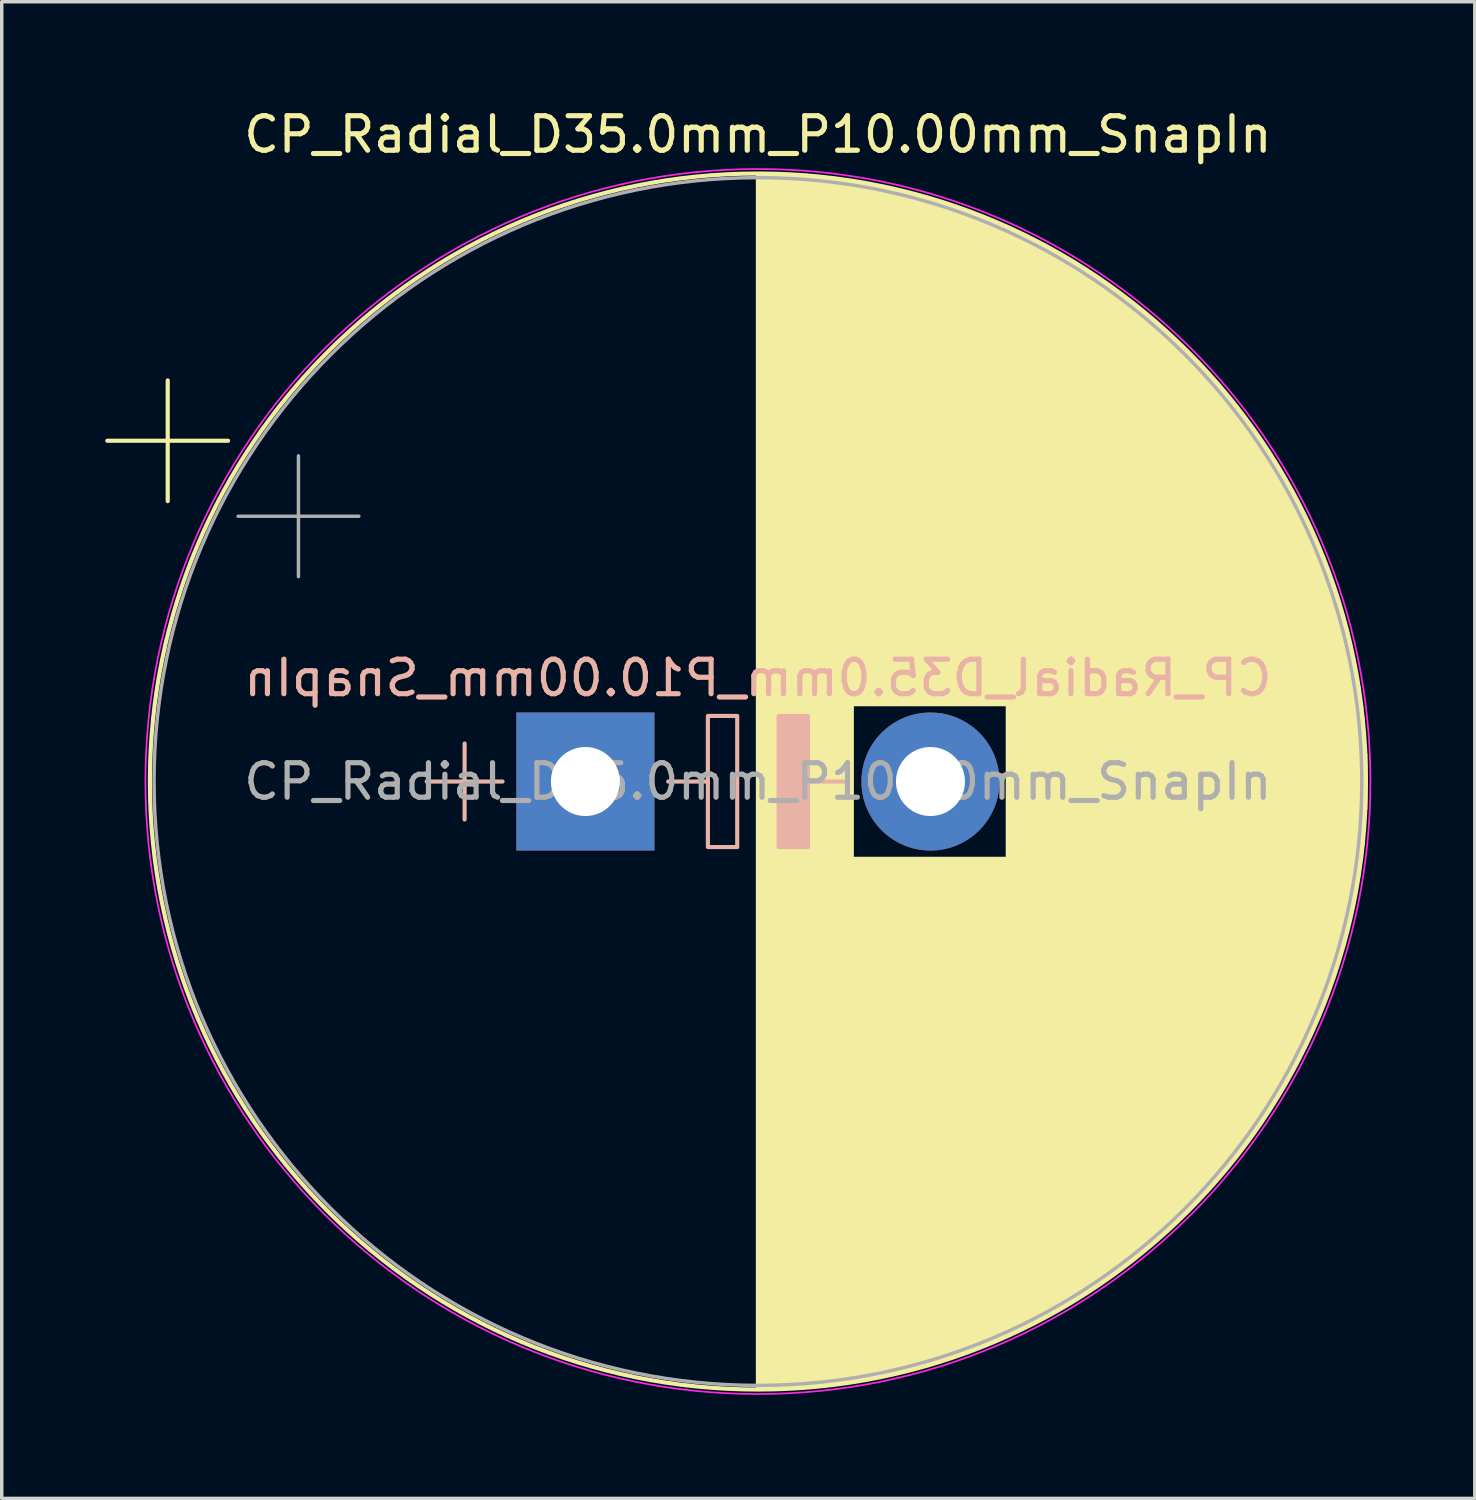
<source format=kicad_pcb>
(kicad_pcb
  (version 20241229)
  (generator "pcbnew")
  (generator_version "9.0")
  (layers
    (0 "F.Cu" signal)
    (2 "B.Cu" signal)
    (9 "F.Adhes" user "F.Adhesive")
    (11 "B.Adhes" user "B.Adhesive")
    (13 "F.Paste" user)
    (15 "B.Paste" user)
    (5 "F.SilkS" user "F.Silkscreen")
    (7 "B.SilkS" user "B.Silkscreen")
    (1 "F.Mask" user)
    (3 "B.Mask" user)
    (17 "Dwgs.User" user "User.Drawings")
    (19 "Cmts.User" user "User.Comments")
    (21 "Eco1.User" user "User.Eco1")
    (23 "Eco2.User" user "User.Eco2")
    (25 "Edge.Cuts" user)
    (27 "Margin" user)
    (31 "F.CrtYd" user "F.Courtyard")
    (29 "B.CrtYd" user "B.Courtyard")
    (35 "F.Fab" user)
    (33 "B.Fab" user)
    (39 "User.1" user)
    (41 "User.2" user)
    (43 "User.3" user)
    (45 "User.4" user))
  (footprint "CP_Radial_D35.0mm_P10.00mm_SnapIn"
    (layer "F.Cu")
    (at 13.914 19.598)
    (property "Reference" "CP_Radial_D35.0mm_P10.00mm_SnapIn" (at 5 -18.75 0) (layer "F.SilkS") (effects (font (size 1 1) (thickness 0.15))))
    (fp_line (start -13.854 -9.875) (end -10.354 -9.875) (stroke (width 0.12) (type solid)) (layer "F.SilkS"))
    (fp_line (start -12.104 -11.625) (end -12.104 -8.125) (stroke (width 0.12) (type solid)) (layer "F.SilkS"))
    (fp_line (start 5 -17.58) (end 5 17.58) (stroke (width 0.12) (type solid)) (layer "F.SilkS"))
    (fp_line (start 5.04 -17.58) (end 5.04 17.58) (stroke (width 0.12) (type solid)) (layer "F.SilkS"))
    (fp_line (start 5.08 -17.58) (end 5.08 17.58) (stroke (width 0.12) (type solid)) (layer "F.SilkS"))
    (fp_line (start 5.12 -17.58) (end 5.12 17.58) (stroke (width 0.12) (type solid)) (layer "F.SilkS"))
    (fp_line (start 5.16 -17.58) (end 5.16 17.58) (stroke (width 0.12) (type solid)) (layer "F.SilkS"))
    (fp_line (start 5.2 -17.579) (end 5.2 17.579) (stroke (width 0.12) (type solid)) (layer "F.SilkS"))
    (fp_line (start 5.24 -17.579) (end 5.24 17.579) (stroke (width 0.12) (type solid)) (layer "F.SilkS"))
    (fp_line (start 5.28 -17.578) (end 5.28 17.578) (stroke (width 0.12) (type solid)) (layer "F.SilkS"))
    (fp_line (start 5.32 -17.578) (end 5.32 17.578) (stroke (width 0.12) (type solid)) (layer "F.SilkS"))
    (fp_line (start 5.36 -17.577) (end 5.36 17.577) (stroke (width 0.12) (type solid)) (layer "F.SilkS"))
    (fp_line (start 5.4 -17.576) (end 5.4 17.576) (stroke (width 0.12) (type solid)) (layer "F.SilkS"))
    (fp_line (start 5.44 -17.575) (end 5.44 17.575) (stroke (width 0.12) (type solid)) (layer "F.SilkS"))
    (fp_line (start 5.48 -17.574) (end 5.48 17.574) (stroke (width 0.12) (type solid)) (layer "F.SilkS"))
    (fp_line (start 5.52 -17.573) (end 5.52 17.573) (stroke (width 0.12) (type solid)) (layer "F.SilkS"))
    (fp_line (start 5.56 -17.572) (end 5.56 17.572) (stroke (width 0.12) (type solid)) (layer "F.SilkS"))
    (fp_line (start 5.6 -17.57) (end 5.6 17.57) (stroke (width 0.12) (type solid)) (layer "F.SilkS"))
    (fp_line (start 5.64 -17.569) (end 5.64 17.569) (stroke (width 0.12) (type solid)) (layer "F.SilkS"))
    (fp_line (start 5.68 -17.567) (end 5.68 17.567) (stroke (width 0.12) (type solid)) (layer "F.SilkS"))
    (fp_line (start 5.721 -17.566) (end 5.721 17.566) (stroke (width 0.12) (type solid)) (layer "F.SilkS"))
    (fp_line (start 5.761 -17.564) (end 5.761 17.564) (stroke (width 0.12) (type solid)) (layer "F.SilkS"))
    (fp_line (start 5.801 -17.562) (end 5.801 17.562) (stroke (width 0.12) (type solid)) (layer "F.SilkS"))
    (fp_line (start 5.841 -17.56) (end 5.841 17.56) (stroke (width 0.12) (type solid)) (layer "F.SilkS"))
    (fp_line (start 5.881 -17.559) (end 5.881 17.559) (stroke (width 0.12) (type solid)) (layer "F.SilkS"))
    (fp_line (start 5.921 -17.556) (end 5.921 17.556) (stroke (width 0.12) (type solid)) (layer "F.SilkS"))
    (fp_line (start 5.961 -17.554) (end 5.961 17.554) (stroke (width 0.12) (type solid)) (layer "F.SilkS"))
    (fp_line (start 6.001 -17.552) (end 6.001 17.552) (stroke (width 0.12) (type solid)) (layer "F.SilkS"))
    (fp_line (start 6.041 -17.55) (end 6.041 17.55) (stroke (width 0.12) (type solid)) (layer "F.SilkS"))
    (fp_line (start 6.081 -17.547) (end 6.081 17.547) (stroke (width 0.12) (type solid)) (layer "F.SilkS"))
    (fp_line (start 6.121 -17.545) (end 6.121 17.545) (stroke (width 0.12) (type solid)) (layer "F.SilkS"))
    (fp_line (start 6.161 -17.542) (end 6.161 17.542) (stroke (width 0.12) (type solid)) (layer "F.SilkS"))
    (fp_line (start 6.201 -17.54) (end 6.201 17.54) (stroke (width 0.12) (type solid)) (layer "F.SilkS"))
    (fp_line (start 6.241 -17.537) (end 6.241 17.537) (stroke (width 0.12) (type solid)) (layer "F.SilkS"))
    (fp_line (start 6.281 -17.534) (end 6.281 17.534) (stroke (width 0.12) (type solid)) (layer "F.SilkS"))
    (fp_line (start 6.321 -17.531) (end 6.321 17.531) (stroke (width 0.12) (type solid)) (layer "F.SilkS"))
    (fp_line (start 6.361 -17.528) (end 6.361 17.528) (stroke (width 0.12) (type solid)) (layer "F.SilkS"))
    (fp_line (start 6.401 -17.525) (end 6.401 17.525) (stroke (width 0.12) (type solid)) (layer "F.SilkS"))
    (fp_line (start 6.441 -17.522) (end 6.441 17.522) (stroke (width 0.12) (type solid)) (layer "F.SilkS"))
    (fp_line (start 6.481 -17.518) (end 6.481 17.518) (stroke (width 0.12) (type solid)) (layer "F.SilkS"))
    (fp_line (start 6.521 -17.515) (end 6.521 17.515) (stroke (width 0.12) (type solid)) (layer "F.SilkS"))
    (fp_line (start 6.561 -17.511) (end 6.561 17.511) (stroke (width 0.12) (type solid)) (layer "F.SilkS"))
    (fp_line (start 6.601 -17.508) (end 6.601 17.508) (stroke (width 0.12) (type solid)) (layer "F.SilkS"))
    (fp_line (start 6.641 -17.504) (end 6.641 17.504) (stroke (width 0.12) (type solid)) (layer "F.SilkS"))
    (fp_line (start 6.681 -17.5) (end 6.681 17.5) (stroke (width 0.12) (type solid)) (layer "F.SilkS"))
    (fp_line (start 6.721 -17.496) (end 6.721 17.496) (stroke (width 0.12) (type solid)) (layer "F.SilkS"))
    (fp_line (start 6.761 -17.492) (end 6.761 17.492) (stroke (width 0.12) (type solid)) (layer "F.SilkS"))
    (fp_line (start 6.801 -17.488) (end 6.801 17.488) (stroke (width 0.12) (type solid)) (layer "F.SilkS"))
    (fp_line (start 6.841 -17.484) (end 6.841 17.484) (stroke (width 0.12) (type solid)) (layer "F.SilkS"))
    (fp_line (start 6.881 -17.48) (end 6.881 17.48) (stroke (width 0.12) (type solid)) (layer "F.SilkS"))
    (fp_line (start 6.921 -17.476) (end 6.921 17.476) (stroke (width 0.12) (type solid)) (layer "F.SilkS"))
    (fp_line (start 6.961 -17.471) (end 6.961 17.471) (stroke (width 0.12) (type solid)) (layer "F.SilkS"))
    (fp_line (start 7.001 -17.467) (end 7.001 17.467) (stroke (width 0.12) (type solid)) (layer "F.SilkS"))
    (fp_line (start 7.041 -17.462) (end 7.041 17.462) (stroke (width 0.12) (type solid)) (layer "F.SilkS"))
    (fp_line (start 7.081 -17.457) (end 7.081 17.457) (stroke (width 0.12) (type solid)) (layer "F.SilkS"))
    (fp_line (start 7.121 -17.452) (end 7.121 17.452) (stroke (width 0.12) (type solid)) (layer "F.SilkS"))
    (fp_line (start 7.161 -17.448) (end 7.161 17.448) (stroke (width 0.12) (type solid)) (layer "F.SilkS"))
    (fp_line (start 7.201 -17.443) (end 7.201 17.443) (stroke (width 0.12) (type solid)) (layer "F.SilkS"))
    (fp_line (start 7.241 -17.438) (end 7.241 17.438) (stroke (width 0.12) (type solid)) (layer "F.SilkS"))
    (fp_line (start 7.281 -17.432) (end 7.281 17.432) (stroke (width 0.12) (type solid)) (layer "F.SilkS"))
    (fp_line (start 7.321 -17.427) (end 7.321 17.427) (stroke (width 0.12) (type solid)) (layer "F.SilkS"))
    (fp_line (start 7.361 -17.422) (end 7.361 17.422) (stroke (width 0.12) (type solid)) (layer "F.SilkS"))
    (fp_line (start 7.401 -17.416) (end 7.401 17.416) (stroke (width 0.12) (type solid)) (layer "F.SilkS"))
    (fp_line (start 7.441 -17.411) (end 7.441 17.411) (stroke (width 0.12) (type solid)) (layer "F.SilkS"))
    (fp_line (start 7.481 -17.405) (end 7.481 17.405) (stroke (width 0.12) (type solid)) (layer "F.SilkS"))
    (fp_line (start 7.521 -17.399) (end 7.521 17.399) (stroke (width 0.12) (type solid)) (layer "F.SilkS"))
    (fp_line (start 7.561 -17.394) (end 7.561 17.394) (stroke (width 0.12) (type solid)) (layer "F.SilkS"))
    (fp_line (start 7.601 -17.388) (end 7.601 17.388) (stroke (width 0.12) (type solid)) (layer "F.SilkS"))
    (fp_line (start 7.641 -17.382) (end 7.641 17.382) (stroke (width 0.12) (type solid)) (layer "F.SilkS"))
    (fp_line (start 7.681 -17.375) (end 7.681 17.375) (stroke (width 0.12) (type solid)) (layer "F.SilkS"))
    (fp_line (start 7.721 -17.369) (end 7.721 17.369) (stroke (width 0.12) (type solid)) (layer "F.SilkS"))
    (fp_line (start 7.761 -17.363) (end 7.761 -2.24) (stroke (width 0.12) (type solid)) (layer "F.SilkS"))
    (fp_line (start 7.761 2.24) (end 7.761 17.363) (stroke (width 0.12) (type solid)) (layer "F.SilkS"))
    (fp_line (start 7.801 -17.357) (end 7.801 -2.24) (stroke (width 0.12) (type solid)) (layer "F.SilkS"))
    (fp_line (start 7.801 2.24) (end 7.801 17.357) (stroke (width 0.12) (type solid)) (layer "F.SilkS"))
    (fp_line (start 7.841 -17.35) (end 7.841 -2.24) (stroke (width 0.12) (type solid)) (layer "F.SilkS"))
    (fp_line (start 7.841 2.24) (end 7.841 17.35) (stroke (width 0.12) (type solid)) (layer "F.SilkS"))
    (fp_line (start 7.881 -17.344) (end 7.881 -2.24) (stroke (width 0.12) (type solid)) (layer "F.SilkS"))
    (fp_line (start 7.881 2.24) (end 7.881 17.344) (stroke (width 0.12) (type solid)) (layer "F.SilkS"))
    (fp_line (start 7.921 -17.337) (end 7.921 -2.24) (stroke (width 0.12) (type solid)) (layer "F.SilkS"))
    (fp_line (start 7.921 2.24) (end 7.921 17.337) (stroke (width 0.12) (type solid)) (layer "F.SilkS"))
    (fp_line (start 7.961 -17.33) (end 7.961 -2.24) (stroke (width 0.12) (type solid)) (layer "F.SilkS"))
    (fp_line (start 7.961 2.24) (end 7.961 17.33) (stroke (width 0.12) (type solid)) (layer "F.SilkS"))
    (fp_line (start 8.001 -17.323) (end 8.001 -2.24) (stroke (width 0.12) (type solid)) (layer "F.SilkS"))
    (fp_line (start 8.001 2.24) (end 8.001 17.323) (stroke (width 0.12) (type solid)) (layer "F.SilkS"))
    (fp_line (start 8.041 -17.316) (end 8.041 -2.24) (stroke (width 0.12) (type solid)) (layer "F.SilkS"))
    (fp_line (start 8.041 2.24) (end 8.041 17.316) (stroke (width 0.12) (type solid)) (layer "F.SilkS"))
    (fp_line (start 8.081 -17.309) (end 8.081 -2.24) (stroke (width 0.12) (type solid)) (layer "F.SilkS"))
    (fp_line (start 8.081 2.24) (end 8.081 17.309) (stroke (width 0.12) (type solid)) (layer "F.SilkS"))
    (fp_line (start 8.121 -17.302) (end 8.121 -2.24) (stroke (width 0.12) (type solid)) (layer "F.SilkS"))
    (fp_line (start 8.121 2.24) (end 8.121 17.302) (stroke (width 0.12) (type solid)) (layer "F.SilkS"))
    (fp_line (start 8.161 -17.295) (end 8.161 -2.24) (stroke (width 0.12) (type solid)) (layer "F.SilkS"))
    (fp_line (start 8.161 2.24) (end 8.161 17.295) (stroke (width 0.12) (type solid)) (layer "F.SilkS"))
    (fp_line (start 8.201 -17.287) (end 8.201 -2.24) (stroke (width 0.12) (type solid)) (layer "F.SilkS"))
    (fp_line (start 8.201 2.24) (end 8.201 17.287) (stroke (width 0.12) (type solid)) (layer "F.SilkS"))
    (fp_line (start 8.241 -17.28) (end 8.241 -2.24) (stroke (width 0.12) (type solid)) (layer "F.SilkS"))
    (fp_line (start 8.241 2.24) (end 8.241 17.28) (stroke (width 0.12) (type solid)) (layer "F.SilkS"))
    (fp_line (start 8.281 -17.273) (end 8.281 -2.24) (stroke (width 0.12) (type solid)) (layer "F.SilkS"))
    (fp_line (start 8.281 2.24) (end 8.281 17.273) (stroke (width 0.12) (type solid)) (layer "F.SilkS"))
    (fp_line (start 8.321 -17.265) (end 8.321 -2.24) (stroke (width 0.12) (type solid)) (layer "F.SilkS"))
    (fp_line (start 8.321 2.24) (end 8.321 17.265) (stroke (width 0.12) (type solid)) (layer "F.SilkS"))
    (fp_line (start 8.361 -17.257) (end 8.361 -2.24) (stroke (width 0.12) (type solid)) (layer "F.SilkS"))
    (fp_line (start 8.361 2.24) (end 8.361 17.257) (stroke (width 0.12) (type solid)) (layer "F.SilkS"))
    (fp_line (start 8.401 -17.249) (end 8.401 -2.24) (stroke (width 0.12) (type solid)) (layer "F.SilkS"))
    (fp_line (start 8.401 2.24) (end 8.401 17.249) (stroke (width 0.12) (type solid)) (layer "F.SilkS"))
    (fp_line (start 8.441 -17.241) (end 8.441 -2.24) (stroke (width 0.12) (type solid)) (layer "F.SilkS"))
    (fp_line (start 8.441 2.24) (end 8.441 17.241) (stroke (width 0.12) (type solid)) (layer "F.SilkS"))
    (fp_line (start 8.481 -17.233) (end 8.481 -2.24) (stroke (width 0.12) (type solid)) (layer "F.SilkS"))
    (fp_line (start 8.481 2.24) (end 8.481 17.233) (stroke (width 0.12) (type solid)) (layer "F.SilkS"))
    (fp_line (start 8.521 -17.225) (end 8.521 -2.24) (stroke (width 0.12) (type solid)) (layer "F.SilkS"))
    (fp_line (start 8.521 2.24) (end 8.521 17.225) (stroke (width 0.12) (type solid)) (layer "F.SilkS"))
    (fp_line (start 8.561 -17.217) (end 8.561 -2.24) (stroke (width 0.12) (type solid)) (layer "F.SilkS"))
    (fp_line (start 8.561 2.24) (end 8.561 17.217) (stroke (width 0.12) (type solid)) (layer "F.SilkS"))
    (fp_line (start 8.601 -17.209) (end 8.601 -2.24) (stroke (width 0.12) (type solid)) (layer "F.SilkS"))
    (fp_line (start 8.601 2.24) (end 8.601 17.209) (stroke (width 0.12) (type solid)) (layer "F.SilkS"))
    (fp_line (start 8.641 -17.2) (end 8.641 -2.24) (stroke (width 0.12) (type solid)) (layer "F.SilkS"))
    (fp_line (start 8.641 2.24) (end 8.641 17.2) (stroke (width 0.12) (type solid)) (layer "F.SilkS"))
    (fp_line (start 8.681 -17.192) (end 8.681 -2.24) (stroke (width 0.12) (type solid)) (layer "F.SilkS"))
    (fp_line (start 8.681 2.24) (end 8.681 17.192) (stroke (width 0.12) (type solid)) (layer "F.SilkS"))
    (fp_line (start 8.721 -17.183) (end 8.721 -2.24) (stroke (width 0.12) (type solid)) (layer "F.SilkS"))
    (fp_line (start 8.721 2.24) (end 8.721 17.183) (stroke (width 0.12) (type solid)) (layer "F.SilkS"))
    (fp_line (start 8.761 -17.175) (end 8.761 -2.24) (stroke (width 0.12) (type solid)) (layer "F.SilkS"))
    (fp_line (start 8.761 2.24) (end 8.761 17.175) (stroke (width 0.12) (type solid)) (layer "F.SilkS"))
    (fp_line (start 8.801 -17.166) (end 8.801 -2.24) (stroke (width 0.12) (type solid)) (layer "F.SilkS"))
    (fp_line (start 8.801 2.24) (end 8.801 17.166) (stroke (width 0.12) (type solid)) (layer "F.SilkS"))
    (fp_line (start 8.841 -17.157) (end 8.841 -2.24) (stroke (width 0.12) (type solid)) (layer "F.SilkS"))
    (fp_line (start 8.841 2.24) (end 8.841 17.157) (stroke (width 0.12) (type solid)) (layer "F.SilkS"))
    (fp_line (start 8.881 -17.148) (end 8.881 -2.24) (stroke (width 0.12) (type solid)) (layer "F.SilkS"))
    (fp_line (start 8.881 2.24) (end 8.881 17.148) (stroke (width 0.12) (type solid)) (layer "F.SilkS"))
    (fp_line (start 8.921 -17.139) (end 8.921 -2.24) (stroke (width 0.12) (type solid)) (layer "F.SilkS"))
    (fp_line (start 8.921 2.24) (end 8.921 17.139) (stroke (width 0.12) (type solid)) (layer "F.SilkS"))
    (fp_line (start 8.961 -17.13) (end 8.961 -2.24) (stroke (width 0.12) (type solid)) (layer "F.SilkS"))
    (fp_line (start 8.961 2.24) (end 8.961 17.13) (stroke (width 0.12) (type solid)) (layer "F.SilkS"))
    (fp_line (start 9.001 -17.12) (end 9.001 -2.24) (stroke (width 0.12) (type solid)) (layer "F.SilkS"))
    (fp_line (start 9.001 2.24) (end 9.001 17.12) (stroke (width 0.12) (type solid)) (layer "F.SilkS"))
    (fp_line (start 9.041 -17.111) (end 9.041 -2.24) (stroke (width 0.12) (type solid)) (layer "F.SilkS"))
    (fp_line (start 9.041 2.24) (end 9.041 17.111) (stroke (width 0.12) (type solid)) (layer "F.SilkS"))
    (fp_line (start 9.081 -17.102) (end 9.081 -2.24) (stroke (width 0.12) (type solid)) (layer "F.SilkS"))
    (fp_line (start 9.081 2.24) (end 9.081 17.102) (stroke (width 0.12) (type solid)) (layer "F.SilkS"))
    (fp_line (start 9.121 -17.092) (end 9.121 -2.24) (stroke (width 0.12) (type solid)) (layer "F.SilkS"))
    (fp_line (start 9.121 2.24) (end 9.121 17.092) (stroke (width 0.12) (type solid)) (layer "F.SilkS"))
    (fp_line (start 9.161 -17.082) (end 9.161 -2.24) (stroke (width 0.12) (type solid)) (layer "F.SilkS"))
    (fp_line (start 9.161 2.24) (end 9.161 17.082) (stroke (width 0.12) (type solid)) (layer "F.SilkS"))
    (fp_line (start 9.201 -17.073) (end 9.201 -2.24) (stroke (width 0.12) (type solid)) (layer "F.SilkS"))
    (fp_line (start 9.201 2.24) (end 9.201 17.073) (stroke (width 0.12) (type solid)) (layer "F.SilkS"))
    (fp_line (start 9.241 -17.063) (end 9.241 -2.24) (stroke (width 0.12) (type solid)) (layer "F.SilkS"))
    (fp_line (start 9.241 2.24) (end 9.241 17.063) (stroke (width 0.12) (type solid)) (layer "F.SilkS"))
    (fp_line (start 9.281 -17.053) (end 9.281 -2.24) (stroke (width 0.12) (type solid)) (layer "F.SilkS"))
    (fp_line (start 9.281 2.24) (end 9.281 17.053) (stroke (width 0.12) (type solid)) (layer "F.SilkS"))
    (fp_line (start 9.321 -17.043) (end 9.321 -2.24) (stroke (width 0.12) (type solid)) (layer "F.SilkS"))
    (fp_line (start 9.321 2.24) (end 9.321 17.043) (stroke (width 0.12) (type solid)) (layer "F.SilkS"))
    (fp_line (start 9.361 -17.033) (end 9.361 -2.24) (stroke (width 0.12) (type solid)) (layer "F.SilkS"))
    (fp_line (start 9.361 2.24) (end 9.361 17.033) (stroke (width 0.12) (type solid)) (layer "F.SilkS"))
    (fp_line (start 9.401 -17.022) (end 9.401 -2.24) (stroke (width 0.12) (type solid)) (layer "F.SilkS"))
    (fp_line (start 9.401 2.24) (end 9.401 17.022) (stroke (width 0.12) (type solid)) (layer "F.SilkS"))
    (fp_line (start 9.441 -17.012) (end 9.441 -2.24) (stroke (width 0.12) (type solid)) (layer "F.SilkS"))
    (fp_line (start 9.441 2.24) (end 9.441 17.012) (stroke (width 0.12) (type solid)) (layer "F.SilkS"))
    (fp_line (start 9.481 -17.001) (end 9.481 -2.24) (stroke (width 0.12) (type solid)) (layer "F.SilkS"))
    (fp_line (start 9.481 2.24) (end 9.481 17.001) (stroke (width 0.12) (type solid)) (layer "F.SilkS"))
    (fp_line (start 9.521 -16.991) (end 9.521 -2.24) (stroke (width 0.12) (type solid)) (layer "F.SilkS"))
    (fp_line (start 9.521 2.24) (end 9.521 16.991) (stroke (width 0.12) (type solid)) (layer "F.SilkS"))
    (fp_line (start 9.561 -16.98) (end 9.561 -2.24) (stroke (width 0.12) (type solid)) (layer "F.SilkS"))
    (fp_line (start 9.561 2.24) (end 9.561 16.98) (stroke (width 0.12) (type solid)) (layer "F.SilkS"))
    (fp_line (start 9.601 -16.969) (end 9.601 -2.24) (stroke (width 0.12) (type solid)) (layer "F.SilkS"))
    (fp_line (start 9.601 2.24) (end 9.601 16.969) (stroke (width 0.12) (type solid)) (layer "F.SilkS"))
    (fp_line (start 9.641 -16.959) (end 9.641 -2.24) (stroke (width 0.12) (type solid)) (layer "F.SilkS"))
    (fp_line (start 9.641 2.24) (end 9.641 16.959) (stroke (width 0.12) (type solid)) (layer "F.SilkS"))
    (fp_line (start 9.681 -16.948) (end 9.681 -2.24) (stroke (width 0.12) (type solid)) (layer "F.SilkS"))
    (fp_line (start 9.681 2.24) (end 9.681 16.948) (stroke (width 0.12) (type solid)) (layer "F.SilkS"))
    (fp_line (start 9.721 -16.937) (end 9.721 -2.24) (stroke (width 0.12) (type solid)) (layer "F.SilkS"))
    (fp_line (start 9.721 2.24) (end 9.721 16.937) (stroke (width 0.12) (type solid)) (layer "F.SilkS"))
    (fp_line (start 9.761 -16.925) (end 9.761 -2.24) (stroke (width 0.12) (type solid)) (layer "F.SilkS"))
    (fp_line (start 9.761 2.24) (end 9.761 16.925) (stroke (width 0.12) (type solid)) (layer "F.SilkS"))
    (fp_line (start 9.801 -16.914) (end 9.801 -2.24) (stroke (width 0.12) (type solid)) (layer "F.SilkS"))
    (fp_line (start 9.801 2.24) (end 9.801 16.914) (stroke (width 0.12) (type solid)) (layer "F.SilkS"))
    (fp_line (start 9.841 -16.903) (end 9.841 -2.24) (stroke (width 0.12) (type solid)) (layer "F.SilkS"))
    (fp_line (start 9.841 2.24) (end 9.841 16.903) (stroke (width 0.12) (type solid)) (layer "F.SilkS"))
    (fp_line (start 9.881 -16.891) (end 9.881 -2.24) (stroke (width 0.12) (type solid)) (layer "F.SilkS"))
    (fp_line (start 9.881 2.24) (end 9.881 16.891) (stroke (width 0.12) (type solid)) (layer "F.SilkS"))
    (fp_line (start 9.921 -16.88) (end 9.921 -2.24) (stroke (width 0.12) (type solid)) (layer "F.SilkS"))
    (fp_line (start 9.921 2.24) (end 9.921 16.88) (stroke (width 0.12) (type solid)) (layer "F.SilkS"))
    (fp_line (start 9.961 -16.868) (end 9.961 -2.24) (stroke (width 0.12) (type solid)) (layer "F.SilkS"))
    (fp_line (start 9.961 2.24) (end 9.961 16.868) (stroke (width 0.12) (type solid)) (layer "F.SilkS"))
    (fp_line (start 10.001 -16.856) (end 10.001 -2.24) (stroke (width 0.12) (type solid)) (layer "F.SilkS"))
    (fp_line (start 10.001 2.24) (end 10.001 16.856) (stroke (width 0.12) (type solid)) (layer "F.SilkS"))
    (fp_line (start 10.041 -16.844) (end 10.041 -2.24) (stroke (width 0.12) (type solid)) (layer "F.SilkS"))
    (fp_line (start 10.041 2.24) (end 10.041 16.844) (stroke (width 0.12) (type solid)) (layer "F.SilkS"))
    (fp_line (start 10.081 -16.832) (end 10.081 -2.24) (stroke (width 0.12) (type solid)) (layer "F.SilkS"))
    (fp_line (start 10.081 2.24) (end 10.081 16.832) (stroke (width 0.12) (type solid)) (layer "F.SilkS"))
    (fp_line (start 10.121 -16.82) (end 10.121 -2.24) (stroke (width 0.12) (type solid)) (layer "F.SilkS"))
    (fp_line (start 10.121 2.24) (end 10.121 16.82) (stroke (width 0.12) (type solid)) (layer "F.SilkS"))
    (fp_line (start 10.161 -16.808) (end 10.161 -2.24) (stroke (width 0.12) (type solid)) (layer "F.SilkS"))
    (fp_line (start 10.161 2.24) (end 10.161 16.808) (stroke (width 0.12) (type solid)) (layer "F.SilkS"))
    (fp_line (start 10.201 -16.796) (end 10.201 -2.24) (stroke (width 0.12) (type solid)) (layer "F.SilkS"))
    (fp_line (start 10.201 2.24) (end 10.201 16.796) (stroke (width 0.12) (type solid)) (layer "F.SilkS"))
    (fp_line (start 10.241 -16.783) (end 10.241 -2.24) (stroke (width 0.12) (type solid)) (layer "F.SilkS"))
    (fp_line (start 10.241 2.24) (end 10.241 16.783) (stroke (width 0.12) (type solid)) (layer "F.SilkS"))
    (fp_line (start 10.281 -16.771) (end 10.281 -2.24) (stroke (width 0.12) (type solid)) (layer "F.SilkS"))
    (fp_line (start 10.281 2.24) (end 10.281 16.771) (stroke (width 0.12) (type solid)) (layer "F.SilkS"))
    (fp_line (start 10.321 -16.758) (end 10.321 -2.24) (stroke (width 0.12) (type solid)) (layer "F.SilkS"))
    (fp_line (start 10.321 2.24) (end 10.321 16.758) (stroke (width 0.12) (type solid)) (layer "F.SilkS"))
    (fp_line (start 10.361 -16.745) (end 10.361 -2.24) (stroke (width 0.12) (type solid)) (layer "F.SilkS"))
    (fp_line (start 10.361 2.24) (end 10.361 16.745) (stroke (width 0.12) (type solid)) (layer "F.SilkS"))
    (fp_line (start 10.401 -16.733) (end 10.401 -2.24) (stroke (width 0.12) (type solid)) (layer "F.SilkS"))
    (fp_line (start 10.401 2.24) (end 10.401 16.733) (stroke (width 0.12) (type solid)) (layer "F.SilkS"))
    (fp_line (start 10.441 -16.72) (end 10.441 -2.24) (stroke (width 0.12) (type solid)) (layer "F.SilkS"))
    (fp_line (start 10.441 2.24) (end 10.441 16.72) (stroke (width 0.12) (type solid)) (layer "F.SilkS"))
    (fp_line (start 10.481 -16.707) (end 10.481 -2.24) (stroke (width 0.12) (type solid)) (layer "F.SilkS"))
    (fp_line (start 10.481 2.24) (end 10.481 16.707) (stroke (width 0.12) (type solid)) (layer "F.SilkS"))
    (fp_line (start 10.521 -16.694) (end 10.521 -2.24) (stroke (width 0.12) (type solid)) (layer "F.SilkS"))
    (fp_line (start 10.521 2.24) (end 10.521 16.694) (stroke (width 0.12) (type solid)) (layer "F.SilkS"))
    (fp_line (start 10.561 -16.68) (end 10.561 -2.24) (stroke (width 0.12) (type solid)) (layer "F.SilkS"))
    (fp_line (start 10.561 2.24) (end 10.561 16.68) (stroke (width 0.12) (type solid)) (layer "F.SilkS"))
    (fp_line (start 10.601 -16.667) (end 10.601 -2.24) (stroke (width 0.12) (type solid)) (layer "F.SilkS"))
    (fp_line (start 10.601 2.24) (end 10.601 16.667) (stroke (width 0.12) (type solid)) (layer "F.SilkS"))
    (fp_line (start 10.641 -16.653) (end 10.641 -2.24) (stroke (width 0.12) (type solid)) (layer "F.SilkS"))
    (fp_line (start 10.641 2.24) (end 10.641 16.653) (stroke (width 0.12) (type solid)) (layer "F.SilkS"))
    (fp_line (start 10.681 -16.64) (end 10.681 -2.24) (stroke (width 0.12) (type solid)) (layer "F.SilkS"))
    (fp_line (start 10.681 2.24) (end 10.681 16.64) (stroke (width 0.12) (type solid)) (layer "F.SilkS"))
    (fp_line (start 10.721 -16.626) (end 10.721 -2.24) (stroke (width 0.12) (type solid)) (layer "F.SilkS"))
    (fp_line (start 10.721 2.24) (end 10.721 16.626) (stroke (width 0.12) (type solid)) (layer "F.SilkS"))
    (fp_line (start 10.761 -16.612) (end 10.761 -2.24) (stroke (width 0.12) (type solid)) (layer "F.SilkS"))
    (fp_line (start 10.761 2.24) (end 10.761 16.612) (stroke (width 0.12) (type solid)) (layer "F.SilkS"))
    (fp_line (start 10.801 -16.599) (end 10.801 -2.24) (stroke (width 0.12) (type solid)) (layer "F.SilkS"))
    (fp_line (start 10.801 2.24) (end 10.801 16.599) (stroke (width 0.12) (type solid)) (layer "F.SilkS"))
    (fp_line (start 10.841 -16.585) (end 10.841 -2.24) (stroke (width 0.12) (type solid)) (layer "F.SilkS"))
    (fp_line (start 10.841 2.24) (end 10.841 16.585) (stroke (width 0.12) (type solid)) (layer "F.SilkS"))
    (fp_line (start 10.881 -16.57) (end 10.881 -2.24) (stroke (width 0.12) (type solid)) (layer "F.SilkS"))
    (fp_line (start 10.881 2.24) (end 10.881 16.57) (stroke (width 0.12) (type solid)) (layer "F.SilkS"))
    (fp_line (start 10.921 -16.556) (end 10.921 -2.24) (stroke (width 0.12) (type solid)) (layer "F.SilkS"))
    (fp_line (start 10.921 2.24) (end 10.921 16.556) (stroke (width 0.12) (type solid)) (layer "F.SilkS"))
    (fp_line (start 10.961 -16.542) (end 10.961 -2.24) (stroke (width 0.12) (type solid)) (layer "F.SilkS"))
    (fp_line (start 10.961 2.24) (end 10.961 16.542) (stroke (width 0.12) (type solid)) (layer "F.SilkS"))
    (fp_line (start 11.001 -16.527) (end 11.001 -2.24) (stroke (width 0.12) (type solid)) (layer "F.SilkS"))
    (fp_line (start 11.001 2.24) (end 11.001 16.527) (stroke (width 0.12) (type solid)) (layer "F.SilkS"))
    (fp_line (start 11.041 -16.513) (end 11.041 -2.24) (stroke (width 0.12) (type solid)) (layer "F.SilkS"))
    (fp_line (start 11.041 2.24) (end 11.041 16.513) (stroke (width 0.12) (type solid)) (layer "F.SilkS"))
    (fp_line (start 11.081 -16.498) (end 11.081 -2.24) (stroke (width 0.12) (type solid)) (layer "F.SilkS"))
    (fp_line (start 11.081 2.24) (end 11.081 16.498) (stroke (width 0.12) (type solid)) (layer "F.SilkS"))
    (fp_line (start 11.121 -16.484) (end 11.121 -2.24) (stroke (width 0.12) (type solid)) (layer "F.SilkS"))
    (fp_line (start 11.121 2.24) (end 11.121 16.484) (stroke (width 0.12) (type solid)) (layer "F.SilkS"))
    (fp_line (start 11.161 -16.469) (end 11.161 -2.24) (stroke (width 0.12) (type solid)) (layer "F.SilkS"))
    (fp_line (start 11.161 2.24) (end 11.161 16.469) (stroke (width 0.12) (type solid)) (layer "F.SilkS"))
    (fp_line (start 11.201 -16.454) (end 11.201 -2.24) (stroke (width 0.12) (type solid)) (layer "F.SilkS"))
    (fp_line (start 11.201 2.24) (end 11.201 16.454) (stroke (width 0.12) (type solid)) (layer "F.SilkS"))
    (fp_line (start 11.241 -16.439) (end 11.241 -2.24) (stroke (width 0.12) (type solid)) (layer "F.SilkS"))
    (fp_line (start 11.241 2.24) (end 11.241 16.439) (stroke (width 0.12) (type solid)) (layer "F.SilkS"))
    (fp_line (start 11.281 -16.423) (end 11.281 -2.24) (stroke (width 0.12) (type solid)) (layer "F.SilkS"))
    (fp_line (start 11.281 2.24) (end 11.281 16.423) (stroke (width 0.12) (type solid)) (layer "F.SilkS"))
    (fp_line (start 11.321 -16.408) (end 11.321 -2.24) (stroke (width 0.12) (type solid)) (layer "F.SilkS"))
    (fp_line (start 11.321 2.24) (end 11.321 16.408) (stroke (width 0.12) (type solid)) (layer "F.SilkS"))
    (fp_line (start 11.361 -16.393) (end 11.361 -2.24) (stroke (width 0.12) (type solid)) (layer "F.SilkS"))
    (fp_line (start 11.361 2.24) (end 11.361 16.393) (stroke (width 0.12) (type solid)) (layer "F.SilkS"))
    (fp_line (start 11.401 -16.377) (end 11.401 -2.24) (stroke (width 0.12) (type solid)) (layer "F.SilkS"))
    (fp_line (start 11.401 2.24) (end 11.401 16.377) (stroke (width 0.12) (type solid)) (layer "F.SilkS"))
    (fp_line (start 11.441 -16.361) (end 11.441 -2.24) (stroke (width 0.12) (type solid)) (layer "F.SilkS"))
    (fp_line (start 11.441 2.24) (end 11.441 16.361) (stroke (width 0.12) (type solid)) (layer "F.SilkS"))
    (fp_line (start 11.481 -16.346) (end 11.481 -2.24) (stroke (width 0.12) (type solid)) (layer "F.SilkS"))
    (fp_line (start 11.481 2.24) (end 11.481 16.346) (stroke (width 0.12) (type solid)) (layer "F.SilkS"))
    (fp_line (start 11.521 -16.33) (end 11.521 -2.24) (stroke (width 0.12) (type solid)) (layer "F.SilkS"))
    (fp_line (start 11.521 2.24) (end 11.521 16.33) (stroke (width 0.12) (type solid)) (layer "F.SilkS"))
    (fp_line (start 11.561 -16.314) (end 11.561 -2.24) (stroke (width 0.12) (type solid)) (layer "F.SilkS"))
    (fp_line (start 11.561 2.24) (end 11.561 16.314) (stroke (width 0.12) (type solid)) (layer "F.SilkS"))
    (fp_line (start 11.601 -16.298) (end 11.601 -2.24) (stroke (width 0.12) (type solid)) (layer "F.SilkS"))
    (fp_line (start 11.601 2.24) (end 11.601 16.298) (stroke (width 0.12) (type solid)) (layer "F.SilkS"))
    (fp_line (start 11.641 -16.281) (end 11.641 -2.24) (stroke (width 0.12) (type solid)) (layer "F.SilkS"))
    (fp_line (start 11.641 2.24) (end 11.641 16.281) (stroke (width 0.12) (type solid)) (layer "F.SilkS"))
    (fp_line (start 11.681 -16.265) (end 11.681 -2.24) (stroke (width 0.12) (type solid)) (layer "F.SilkS"))
    (fp_line (start 11.681 2.24) (end 11.681 16.265) (stroke (width 0.12) (type solid)) (layer "F.SilkS"))
    (fp_line (start 11.721 -16.249) (end 11.721 -2.24) (stroke (width 0.12) (type solid)) (layer "F.SilkS"))
    (fp_line (start 11.721 2.24) (end 11.721 16.249) (stroke (width 0.12) (type solid)) (layer "F.SilkS"))
    (fp_line (start 11.761 -16.232) (end 11.761 -2.24) (stroke (width 0.12) (type solid)) (layer "F.SilkS"))
    (fp_line (start 11.761 2.24) (end 11.761 16.232) (stroke (width 0.12) (type solid)) (layer "F.SilkS"))
    (fp_line (start 11.801 -16.215) (end 11.801 -2.24) (stroke (width 0.12) (type solid)) (layer "F.SilkS"))
    (fp_line (start 11.801 2.24) (end 11.801 16.215) (stroke (width 0.12) (type solid)) (layer "F.SilkS"))
    (fp_line (start 11.841 -16.199) (end 11.841 -2.24) (stroke (width 0.12) (type solid)) (layer "F.SilkS"))
    (fp_line (start 11.841 2.24) (end 11.841 16.199) (stroke (width 0.12) (type solid)) (layer "F.SilkS"))
    (fp_line (start 11.881 -16.182) (end 11.881 -2.24) (stroke (width 0.12) (type solid)) (layer "F.SilkS"))
    (fp_line (start 11.881 2.24) (end 11.881 16.182) (stroke (width 0.12) (type solid)) (layer "F.SilkS"))
    (fp_line (start 11.921 -16.165) (end 11.921 -2.24) (stroke (width 0.12) (type solid)) (layer "F.SilkS"))
    (fp_line (start 11.921 2.24) (end 11.921 16.165) (stroke (width 0.12) (type solid)) (layer "F.SilkS"))
    (fp_line (start 11.961 -16.148) (end 11.961 -2.24) (stroke (width 0.12) (type solid)) (layer "F.SilkS"))
    (fp_line (start 11.961 2.24) (end 11.961 16.148) (stroke (width 0.12) (type solid)) (layer "F.SilkS"))
    (fp_line (start 12.001 -16.13) (end 12.001 -2.24) (stroke (width 0.12) (type solid)) (layer "F.SilkS"))
    (fp_line (start 12.001 2.24) (end 12.001 16.13) (stroke (width 0.12) (type solid)) (layer "F.SilkS"))
    (fp_line (start 12.041 -16.113) (end 12.041 -2.24) (stroke (width 0.12) (type solid)) (layer "F.SilkS"))
    (fp_line (start 12.041 2.24) (end 12.041 16.113) (stroke (width 0.12) (type solid)) (layer "F.SilkS"))
    (fp_line (start 12.081 -16.095) (end 12.081 -2.24) (stroke (width 0.12) (type solid)) (layer "F.SilkS"))
    (fp_line (start 12.081 2.24) (end 12.081 16.095) (stroke (width 0.12) (type solid)) (layer "F.SilkS"))
    (fp_line (start 12.121 -16.078) (end 12.121 -2.24) (stroke (width 0.12) (type solid)) (layer "F.SilkS"))
    (fp_line (start 12.121 2.24) (end 12.121 16.078) (stroke (width 0.12) (type solid)) (layer "F.SilkS"))
    (fp_line (start 12.161 -16.06) (end 12.161 -2.24) (stroke (width 0.12) (type solid)) (layer "F.SilkS"))
    (fp_line (start 12.161 2.24) (end 12.161 16.06) (stroke (width 0.12) (type solid)) (layer "F.SilkS"))
    (fp_line (start 12.201 -16.042) (end 12.201 -2.24) (stroke (width 0.12) (type solid)) (layer "F.SilkS"))
    (fp_line (start 12.201 2.24) (end 12.201 16.042) (stroke (width 0.12) (type solid)) (layer "F.SilkS"))
    (fp_line (start 12.241 -16.024) (end 12.241 16.024) (stroke (width 0.12) (type solid)) (layer "F.SilkS"))
    (fp_line (start 12.281 -16.006) (end 12.281 16.006) (stroke (width 0.12) (type solid)) (layer "F.SilkS"))
    (fp_line (start 12.321 -15.988) (end 12.321 15.988) (stroke (width 0.12) (type solid)) (layer "F.SilkS"))
    (fp_line (start 12.361 -15.97) (end 12.361 15.97) (stroke (width 0.12) (type solid)) (layer "F.SilkS"))
    (fp_line (start 12.401 -15.951) (end 12.401 15.951) (stroke (width 0.12) (type solid)) (layer "F.SilkS"))
    (fp_line (start 12.441 -15.933) (end 12.441 15.933) (stroke (width 0.12) (type solid)) (layer "F.SilkS"))
    (fp_line (start 12.481 -15.914) (end 12.481 15.914) (stroke (width 0.12) (type solid)) (layer "F.SilkS"))
    (fp_line (start 12.521 -15.895) (end 12.521 15.895) (stroke (width 0.12) (type solid)) (layer "F.SilkS"))
    (fp_line (start 12.561 -15.876) (end 12.561 15.876) (stroke (width 0.12) (type solid)) (layer "F.SilkS"))
    (fp_line (start 12.601 -15.857) (end 12.601 15.857) (stroke (width 0.12) (type solid)) (layer "F.SilkS"))
    (fp_line (start 12.641 -15.838) (end 12.641 15.838) (stroke (width 0.12) (type solid)) (layer "F.SilkS"))
    (fp_line (start 12.681 -15.819) (end 12.681 15.819) (stroke (width 0.12) (type solid)) (layer "F.SilkS"))
    (fp_line (start 12.721 -15.799) (end 12.721 15.799) (stroke (width 0.12) (type solid)) (layer "F.SilkS"))
    (fp_line (start 12.761 -15.78) (end 12.761 15.78) (stroke (width 0.12) (type solid)) (layer "F.SilkS"))
    (fp_line (start 12.801 -15.76) (end 12.801 15.76) (stroke (width 0.12) (type solid)) (layer "F.SilkS"))
    (fp_line (start 12.841 -15.74) (end 12.841 15.74) (stroke (width 0.12) (type solid)) (layer "F.SilkS"))
    (fp_line (start 12.881 -15.72) (end 12.881 15.72) (stroke (width 0.12) (type solid)) (layer "F.SilkS"))
    (fp_line (start 12.921 -15.7) (end 12.921 15.7) (stroke (width 0.12) (type solid)) (layer "F.SilkS"))
    (fp_line (start 12.961 -15.68) (end 12.961 15.68) (stroke (width 0.12) (type solid)) (layer "F.SilkS"))
    (fp_line (start 13.001 -15.66) (end 13.001 15.66) (stroke (width 0.12) (type solid)) (layer "F.SilkS"))
    (fp_line (start 13.041 -15.639) (end 13.041 15.639) (stroke (width 0.12) (type solid)) (layer "F.SilkS"))
    (fp_line (start 13.081 -15.619) (end 13.081 15.619) (stroke (width 0.12) (type solid)) (layer "F.SilkS"))
    (fp_line (start 13.121 -15.598) (end 13.121 15.598) (stroke (width 0.12) (type solid)) (layer "F.SilkS"))
    (fp_line (start 13.161 -15.577) (end 13.161 15.577) (stroke (width 0.12) (type solid)) (layer "F.SilkS"))
    (fp_line (start 13.2 -15.556) (end 13.2 15.556) (stroke (width 0.12) (type solid)) (layer "F.SilkS"))
    (fp_line (start 13.24 -15.535) (end 13.24 15.535) (stroke (width 0.12) (type solid)) (layer "F.SilkS"))
    (fp_line (start 13.28 -15.514) (end 13.28 15.514) (stroke (width 0.12) (type solid)) (layer "F.SilkS"))
    (fp_line (start 13.32 -15.492) (end 13.32 15.492) (stroke (width 0.12) (type solid)) (layer "F.SilkS"))
    (fp_line (start 13.36 -15.471) (end 13.36 15.471) (stroke (width 0.12) (type solid)) (layer "F.SilkS"))
    (fp_line (start 13.4 -15.449) (end 13.4 15.449) (stroke (width 0.12) (type solid)) (layer "F.SilkS"))
    (fp_line (start 13.44 -15.428) (end 13.44 15.428) (stroke (width 0.12) (type solid)) (layer "F.SilkS"))
    (fp_line (start 13.48 -15.406) (end 13.48 15.406) (stroke (width 0.12) (type solid)) (layer "F.SilkS"))
    (fp_line (start 13.52 -15.384) (end 13.52 15.384) (stroke (width 0.12) (type solid)) (layer "F.SilkS"))
    (fp_line (start 13.56 -15.361) (end 13.56 15.361) (stroke (width 0.12) (type solid)) (layer "F.SilkS"))
    (fp_line (start 13.6 -15.339) (end 13.6 15.339) (stroke (width 0.12) (type solid)) (layer "F.SilkS"))
    (fp_line (start 13.64 -15.317) (end 13.64 15.317) (stroke (width 0.12) (type solid)) (layer "F.SilkS"))
    (fp_line (start 13.68 -15.294) (end 13.68 15.294) (stroke (width 0.12) (type solid)) (layer "F.SilkS"))
    (fp_line (start 13.72 -15.271) (end 13.72 15.271) (stroke (width 0.12) (type solid)) (layer "F.SilkS"))
    (fp_line (start 13.76 -15.249) (end 13.76 15.249) (stroke (width 0.12) (type solid)) (layer "F.SilkS"))
    (fp_line (start 13.8 -15.226) (end 13.8 15.226) (stroke (width 0.12) (type solid)) (layer "F.SilkS"))
    (fp_line (start 13.84 -15.203) (end 13.84 15.203) (stroke (width 0.12) (type solid)) (layer "F.SilkS"))
    (fp_line (start 13.88 -15.179) (end 13.88 15.179) (stroke (width 0.12) (type solid)) (layer "F.SilkS"))
    (fp_line (start 13.92 -15.156) (end 13.92 15.156) (stroke (width 0.12) (type solid)) (layer "F.SilkS"))
    (fp_line (start 13.96 -15.132) (end 13.96 15.132) (stroke (width 0.12) (type solid)) (layer "F.SilkS"))
    (fp_line (start 14 -15.109) (end 14 15.109) (stroke (width 0.12) (type solid)) (layer "F.SilkS"))
    (fp_line (start 14.04 -15.085) (end 14.04 15.085) (stroke (width 0.12) (type solid)) (layer "F.SilkS"))
    (fp_line (start 14.08 -15.061) (end 14.08 15.061) (stroke (width 0.12) (type solid)) (layer "F.SilkS"))
    (fp_line (start 14.12 -15.037) (end 14.12 15.037) (stroke (width 0.12) (type solid)) (layer "F.SilkS"))
    (fp_line (start 14.16 -15.012) (end 14.16 15.012) (stroke (width 0.12) (type solid)) (layer "F.SilkS"))
    (fp_line (start 14.2 -14.988) (end 14.2 14.988) (stroke (width 0.12) (type solid)) (layer "F.SilkS"))
    (fp_line (start 14.24 -14.963) (end 14.24 14.963) (stroke (width 0.12) (type solid)) (layer "F.SilkS"))
    (fp_line (start 14.28 -14.939) (end 14.28 14.939) (stroke (width 0.12) (type solid)) (layer "F.SilkS"))
    (fp_line (start 14.32 -14.914) (end 14.32 14.914) (stroke (width 0.12) (type solid)) (layer "F.SilkS"))
    (fp_line (start 14.36 -14.889) (end 14.36 14.889) (stroke (width 0.12) (type solid)) (layer "F.SilkS"))
    (fp_line (start 14.4 -14.864) (end 14.4 14.864) (stroke (width 0.12) (type solid)) (layer "F.SilkS"))
    (fp_line (start 14.44 -14.838) (end 14.44 14.838) (stroke (width 0.12) (type solid)) (layer "F.SilkS"))
    (fp_line (start 14.48 -14.813) (end 14.48 14.813) (stroke (width 0.12) (type solid)) (layer "F.SilkS"))
    (fp_line (start 14.52 -14.787) (end 14.52 14.787) (stroke (width 0.12) (type solid)) (layer "F.SilkS"))
    (fp_line (start 14.56 -14.762) (end 14.56 14.762) (stroke (width 0.12) (type solid)) (layer "F.SilkS"))
    (fp_line (start 14.6 -14.736) (end 14.6 14.736) (stroke (width 0.12) (type solid)) (layer "F.SilkS"))
    (fp_line (start 14.64 -14.71) (end 14.64 14.71) (stroke (width 0.12) (type solid)) (layer "F.SilkS"))
    (fp_line (start 14.68 -14.683) (end 14.68 14.683) (stroke (width 0.12) (type solid)) (layer "F.SilkS"))
    (fp_line (start 14.72 -14.657) (end 14.72 14.657) (stroke (width 0.12) (type solid)) (layer "F.SilkS"))
    (fp_line (start 14.76 -14.63) (end 14.76 14.63) (stroke (width 0.12) (type solid)) (layer "F.SilkS"))
    (fp_line (start 14.8 -14.604) (end 14.8 14.604) (stroke (width 0.12) (type solid)) (layer "F.SilkS"))
    (fp_line (start 14.84 -14.577) (end 14.84 14.577) (stroke (width 0.12) (type solid)) (layer "F.SilkS"))
    (fp_line (start 14.88 -14.55) (end 14.88 14.55) (stroke (width 0.12) (type solid)) (layer "F.SilkS"))
    (fp_line (start 14.92 -14.523) (end 14.92 14.523) (stroke (width 0.12) (type solid)) (layer "F.SilkS"))
    (fp_line (start 14.96 -14.495) (end 14.96 14.495) (stroke (width 0.12) (type solid)) (layer "F.SilkS"))
    (fp_line (start 15 -14.468) (end 15 14.468) (stroke (width 0.12) (type solid)) (layer "F.SilkS"))
    (fp_line (start 15.04 -14.44) (end 15.04 14.44) (stroke (width 0.12) (type solid)) (layer "F.SilkS"))
    (fp_line (start 15.08 -14.412) (end 15.08 14.412) (stroke (width 0.12) (type solid)) (layer "F.SilkS"))
    (fp_line (start 15.12 -14.384) (end 15.12 14.384) (stroke (width 0.12) (type solid)) (layer "F.SilkS"))
    (fp_line (start 15.16 -14.356) (end 15.16 14.356) (stroke (width 0.12) (type solid)) (layer "F.SilkS"))
    (fp_line (start 15.2 -14.328) (end 15.2 14.328) (stroke (width 0.12) (type solid)) (layer "F.SilkS"))
    (fp_line (start 15.24 -14.299) (end 15.24 14.299) (stroke (width 0.12) (type solid)) (layer "F.SilkS"))
    (fp_line (start 15.28 -14.271) (end 15.28 14.271) (stroke (width 0.12) (type solid)) (layer "F.SilkS"))
    (fp_line (start 15.32 -14.242) (end 15.32 14.242) (stroke (width 0.12) (type solid)) (layer "F.SilkS"))
    (fp_line (start 15.36 -14.213) (end 15.36 14.213) (stroke (width 0.12) (type solid)) (layer "F.SilkS"))
    (fp_line (start 15.4 -14.184) (end 15.4 14.184) (stroke (width 0.12) (type solid)) (layer "F.SilkS"))
    (fp_line (start 15.44 -14.155) (end 15.44 14.155) (stroke (width 0.12) (type solid)) (layer "F.SilkS"))
    (fp_line (start 15.48 -14.125) (end 15.48 14.125) (stroke (width 0.12) (type solid)) (layer "F.SilkS"))
    (fp_line (start 15.52 -14.095) (end 15.52 14.095) (stroke (width 0.12) (type solid)) (layer "F.SilkS"))
    (fp_line (start 15.56 -14.065) (end 15.56 14.065) (stroke (width 0.12) (type solid)) (layer "F.SilkS"))
    (fp_line (start 15.6 -14.035) (end 15.6 14.035) (stroke (width 0.12) (type solid)) (layer "F.SilkS"))
    (fp_line (start 15.64 -14.005) (end 15.64 14.005) (stroke (width 0.12) (type solid)) (layer "F.SilkS"))
    (fp_line (start 15.68 -13.975) (end 15.68 13.975) (stroke (width 0.12) (type solid)) (layer "F.SilkS"))
    (fp_line (start 15.72 -13.944) (end 15.72 13.944) (stroke (width 0.12) (type solid)) (layer "F.SilkS"))
    (fp_line (start 15.76 -13.914) (end 15.76 13.914) (stroke (width 0.12) (type solid)) (layer "F.SilkS"))
    (fp_line (start 15.8 -13.883) (end 15.8 13.883) (stroke (width 0.12) (type solid)) (layer "F.SilkS"))
    (fp_line (start 15.84 -13.851) (end 15.84 13.851) (stroke (width 0.12) (type solid)) (layer "F.SilkS"))
    (fp_line (start 15.88 -13.82) (end 15.88 13.82) (stroke (width 0.12) (type solid)) (layer "F.SilkS"))
    (fp_line (start 15.92 -13.789) (end 15.92 13.789) (stroke (width 0.12) (type solid)) (layer "F.SilkS"))
    (fp_line (start 15.96 -13.757) (end 15.96 13.757) (stroke (width 0.12) (type solid)) (layer "F.SilkS"))
    (fp_line (start 16 -13.725) (end 16 13.725) (stroke (width 0.12) (type solid)) (layer "F.SilkS"))
    (fp_line (start 16.04 -13.693) (end 16.04 13.693) (stroke (width 0.12) (type solid)) (layer "F.SilkS"))
    (fp_line (start 16.08 -13.661) (end 16.08 13.661) (stroke (width 0.12) (type solid)) (layer "F.SilkS"))
    (fp_line (start 16.12 -13.628) (end 16.12 13.628) (stroke (width 0.12) (type solid)) (layer "F.SilkS"))
    (fp_line (start 16.16 -13.596) (end 16.16 13.596) (stroke (width 0.12) (type solid)) (layer "F.SilkS"))
    (fp_line (start 16.2 -13.563) (end 16.2 13.563) (stroke (width 0.12) (type solid)) (layer "F.SilkS"))
    (fp_line (start 16.24 -13.53) (end 16.24 13.53) (stroke (width 0.12) (type solid)) (layer "F.SilkS"))
    (fp_line (start 16.28 -13.497) (end 16.28 13.497) (stroke (width 0.12) (type solid)) (layer "F.SilkS"))
    (fp_line (start 16.32 -13.463) (end 16.32 13.463) (stroke (width 0.12) (type solid)) (layer "F.SilkS"))
    (fp_line (start 16.36 -13.43) (end 16.36 13.43) (stroke (width 0.12) (type solid)) (layer "F.SilkS"))
    (fp_line (start 16.4 -13.396) (end 16.4 13.396) (stroke (width 0.12) (type solid)) (layer "F.SilkS"))
    (fp_line (start 16.44 -13.362) (end 16.44 13.362) (stroke (width 0.12) (type solid)) (layer "F.SilkS"))
    (fp_line (start 16.48 -13.327) (end 16.48 13.327) (stroke (width 0.12) (type solid)) (layer "F.SilkS"))
    (fp_line (start 16.52 -13.293) (end 16.52 13.293) (stroke (width 0.12) (type solid)) (layer "F.SilkS"))
    (fp_line (start 16.56 -13.258) (end 16.56 13.258) (stroke (width 0.12) (type solid)) (layer "F.SilkS"))
    (fp_line (start 16.6 -13.223) (end 16.6 13.223) (stroke (width 0.12) (type solid)) (layer "F.SilkS"))
    (fp_line (start 16.64 -13.188) (end 16.64 13.188) (stroke (width 0.12) (type solid)) (layer "F.SilkS"))
    (fp_line (start 16.68 -13.153) (end 16.68 13.153) (stroke (width 0.12) (type solid)) (layer "F.SilkS"))
    (fp_line (start 16.72 -13.117) (end 16.72 13.117) (stroke (width 0.12) (type solid)) (layer "F.SilkS"))
    (fp_line (start 16.76 -13.082) (end 16.76 13.082) (stroke (width 0.12) (type solid)) (layer "F.SilkS"))
    (fp_line (start 16.8 -13.046) (end 16.8 13.046) (stroke (width 0.12) (type solid)) (layer "F.SilkS"))
    (fp_line (start 16.84 -13.01) (end 16.84 13.01) (stroke (width 0.12) (type solid)) (layer "F.SilkS"))
    (fp_line (start 16.88 -12.973) (end 16.88 12.973) (stroke (width 0.12) (type solid)) (layer "F.SilkS"))
    (fp_line (start 16.92 -12.937) (end 16.92 12.937) (stroke (width 0.12) (type solid)) (layer "F.SilkS"))
    (fp_line (start 16.96 -12.9) (end 16.96 12.9) (stroke (width 0.12) (type solid)) (layer "F.SilkS"))
    (fp_line (start 17 -12.863) (end 17 12.863) (stroke (width 0.12) (type solid)) (layer "F.SilkS"))
    (fp_line (start 17.04 -12.825) (end 17.04 12.825) (stroke (width 0.12) (type solid)) (layer "F.SilkS"))
    (fp_line (start 17.08 -12.788) (end 17.08 12.788) (stroke (width 0.12) (type solid)) (layer "F.SilkS"))
    (fp_line (start 17.12 -12.75) (end 17.12 12.75) (stroke (width 0.12) (type solid)) (layer "F.SilkS"))
    (fp_line (start 17.16 -12.712) (end 17.16 12.712) (stroke (width 0.12) (type solid)) (layer "F.SilkS"))
    (fp_line (start 17.2 -12.674) (end 17.2 12.674) (stroke (width 0.12) (type solid)) (layer "F.SilkS"))
    (fp_line (start 17.24 -12.635) (end 17.24 12.635) (stroke (width 0.12) (type solid)) (layer "F.SilkS"))
    (fp_line (start 17.28 -12.596) (end 17.28 12.596) (stroke (width 0.12) (type solid)) (layer "F.SilkS"))
    (fp_line (start 17.32 -12.557) (end 17.32 12.557) (stroke (width 0.12) (type solid)) (layer "F.SilkS"))
    (fp_line (start 17.36 -12.518) (end 17.36 12.518) (stroke (width 0.12) (type solid)) (layer "F.SilkS"))
    (fp_line (start 17.4 -12.479) (end 17.4 12.479) (stroke (width 0.12) (type solid)) (layer "F.SilkS"))
    (fp_line (start 17.44 -12.439) (end 17.44 12.439) (stroke (width 0.12) (type solid)) (layer "F.SilkS"))
    (fp_line (start 17.48 -12.399) (end 17.48 12.399) (stroke (width 0.12) (type solid)) (layer "F.SilkS"))
    (fp_line (start 17.52 -12.359) (end 17.52 12.359) (stroke (width 0.12) (type solid)) (layer "F.SilkS"))
    (fp_line (start 17.56 -12.318) (end 17.56 12.318) (stroke (width 0.12) (type solid)) (layer "F.SilkS"))
    (fp_line (start 17.6 -12.277) (end 17.6 12.277) (stroke (width 0.12) (type solid)) (layer "F.SilkS"))
    (fp_line (start 17.64 -12.236) (end 17.64 12.236) (stroke (width 0.12) (type solid)) (layer "F.SilkS"))
    (fp_line (start 17.68 -12.195) (end 17.68 12.195) (stroke (width 0.12) (type solid)) (layer "F.SilkS"))
    (fp_line (start 17.72 -12.153) (end 17.72 12.153) (stroke (width 0.12) (type solid)) (layer "F.SilkS"))
    (fp_line (start 17.76 -12.111) (end 17.76 12.111) (stroke (width 0.12) (type solid)) (layer "F.SilkS"))
    (fp_line (start 17.8 -12.069) (end 17.8 12.069) (stroke (width 0.12) (type solid)) (layer "F.SilkS"))
    (fp_line (start 17.84 -12.027) (end 17.84 12.027) (stroke (width 0.12) (type solid)) (layer "F.SilkS"))
    (fp_line (start 17.88 -11.984) (end 17.88 11.984) (stroke (width 0.12) (type solid)) (layer "F.SilkS"))
    (fp_line (start 17.92 -11.941) (end 17.92 11.941) (stroke (width 0.12) (type solid)) (layer "F.SilkS"))
    (fp_line (start 17.96 -11.898) (end 17.96 11.898) (stroke (width 0.12) (type solid)) (layer "F.SilkS"))
    (fp_line (start 18 -11.854) (end 18 11.854) (stroke (width 0.12) (type solid)) (layer "F.SilkS"))
    (fp_line (start 18.04 -11.811) (end 18.04 11.811) (stroke (width 0.12) (type solid)) (layer "F.SilkS"))
    (fp_line (start 18.08 -11.766) (end 18.08 11.766) (stroke (width 0.12) (type solid)) (layer "F.SilkS"))
    (fp_line (start 18.12 -11.722) (end 18.12 11.722) (stroke (width 0.12) (type solid)) (layer "F.SilkS"))
    (fp_line (start 18.16 -11.677) (end 18.16 11.677) (stroke (width 0.12) (type solid)) (layer "F.SilkS"))
    (fp_line (start 18.2 -11.632) (end 18.2 11.632) (stroke (width 0.12) (type solid)) (layer "F.SilkS"))
    (fp_line (start 18.24 -11.587) (end 18.24 11.587) (stroke (width 0.12) (type solid)) (layer "F.SilkS"))
    (fp_line (start 18.28 -11.541) (end 18.28 11.541) (stroke (width 0.12) (type solid)) (layer "F.SilkS"))
    (fp_line (start 18.32 -11.495) (end 18.32 11.495) (stroke (width 0.12) (type solid)) (layer "F.SilkS"))
    (fp_line (start 18.36 -11.449) (end 18.36 11.449) (stroke (width 0.12) (type solid)) (layer "F.SilkS"))
    (fp_line (start 18.4 -11.402) (end 18.4 11.402) (stroke (width 0.12) (type solid)) (layer "F.SilkS"))
    (fp_line (start 18.44 -11.355) (end 18.44 11.355) (stroke (width 0.12) (type solid)) (layer "F.SilkS"))
    (fp_line (start 18.48 -11.307) (end 18.48 11.307) (stroke (width 0.12) (type solid)) (layer "F.SilkS"))
    (fp_line (start 18.52 -11.26) (end 18.52 11.26) (stroke (width 0.12) (type solid)) (layer "F.SilkS"))
    (fp_line (start 18.56 -11.212) (end 18.56 11.212) (stroke (width 0.12) (type solid)) (layer "F.SilkS"))
    (fp_line (start 18.6 -11.163) (end 18.6 11.163) (stroke (width 0.12) (type solid)) (layer "F.SilkS"))
    (fp_line (start 18.64 -11.115) (end 18.64 11.115) (stroke (width 0.12) (type solid)) (layer "F.SilkS"))
    (fp_line (start 18.68 -11.066) (end 18.68 11.066) (stroke (width 0.12) (type solid)) (layer "F.SilkS"))
    (fp_line (start 18.72 -11.016) (end 18.72 11.016) (stroke (width 0.12) (type solid)) (layer "F.SilkS"))
    (fp_line (start 18.76 -10.966) (end 18.76 10.966) (stroke (width 0.12) (type solid)) (layer "F.SilkS"))
    (fp_line (start 18.8 -10.916) (end 18.8 10.916) (stroke (width 0.12) (type solid)) (layer "F.SilkS"))
    (fp_line (start 18.84 -10.865) (end 18.84 10.865) (stroke (width 0.12) (type solid)) (layer "F.SilkS"))
    (fp_line (start 18.88 -10.815) (end 18.88 10.815) (stroke (width 0.12) (type solid)) (layer "F.SilkS"))
    (fp_line (start 18.92 -10.763) (end 18.92 10.763) (stroke (width 0.12) (type solid)) (layer "F.SilkS"))
    (fp_line (start 18.96 -10.711) (end 18.96 10.711) (stroke (width 0.12) (type solid)) (layer "F.SilkS"))
    (fp_line (start 19 -10.659) (end 19 10.659) (stroke (width 0.12) (type solid)) (layer "F.SilkS"))
    (fp_line (start 19.04 -10.607) (end 19.04 10.607) (stroke (width 0.12) (type solid)) (layer "F.SilkS"))
    (fp_line (start 19.08 -10.554) (end 19.08 10.554) (stroke (width 0.12) (type solid)) (layer "F.SilkS"))
    (fp_line (start 19.12 -10.5) (end 19.12 10.5) (stroke (width 0.12) (type solid)) (layer "F.SilkS"))
    (fp_line (start 19.16 -10.447) (end 19.16 10.447) (stroke (width 0.12) (type solid)) (layer "F.SilkS"))
    (fp_line (start 19.2 -10.392) (end 19.2 10.392) (stroke (width 0.12) (type solid)) (layer "F.SilkS"))
    (fp_line (start 19.24 -10.338) (end 19.24 10.338) (stroke (width 0.12) (type solid)) (layer "F.SilkS"))
    (fp_line (start 19.28 -10.283) (end 19.28 10.283) (stroke (width 0.12) (type solid)) (layer "F.SilkS"))
    (fp_line (start 19.32 -10.227) (end 19.32 10.227) (stroke (width 0.12) (type solid)) (layer "F.SilkS"))
    (fp_line (start 19.36 -10.171) (end 19.36 10.171) (stroke (width 0.12) (type solid)) (layer "F.SilkS"))
    (fp_line (start 19.4 -10.115) (end 19.4 10.115) (stroke (width 0.12) (type solid)) (layer "F.SilkS"))
    (fp_line (start 19.44 -10.058) (end 19.44 10.058) (stroke (width 0.12) (type solid)) (layer "F.SilkS"))
    (fp_line (start 19.48 -10) (end 19.48 10) (stroke (width 0.12) (type solid)) (layer "F.SilkS"))
    (fp_line (start 19.52 -9.942) (end 19.52 9.942) (stroke (width 0.12) (type solid)) (layer "F.SilkS"))
    (fp_line (start 19.56 -9.884) (end 19.56 9.884) (stroke (width 0.12) (type solid)) (layer "F.SilkS"))
    (fp_line (start 19.6 -9.825) (end 19.6 9.825) (stroke (width 0.12) (type solid)) (layer "F.SilkS"))
    (fp_line (start 19.64 -9.765) (end 19.64 9.765) (stroke (width 0.12) (type solid)) (layer "F.SilkS"))
    (fp_line (start 19.68 -9.705) (end 19.68 9.705) (stroke (width 0.12) (type solid)) (layer "F.SilkS"))
    (fp_line (start 19.72 -9.645) (end 19.72 9.645) (stroke (width 0.12) (type solid)) (layer "F.SilkS"))
    (fp_line (start 19.76 -9.584) (end 19.76 9.584) (stroke (width 0.12) (type solid)) (layer "F.SilkS"))
    (fp_line (start 19.8 -9.522) (end 19.8 9.522) (stroke (width 0.12) (type solid)) (layer "F.SilkS"))
    (fp_line (start 19.84 -9.46) (end 19.84 9.46) (stroke (width 0.12) (type solid)) (layer "F.SilkS"))
    (fp_line (start 19.88 -9.397) (end 19.88 9.397) (stroke (width 0.12) (type solid)) (layer "F.SilkS"))
    (fp_line (start 19.92 -9.334) (end 19.92 9.334) (stroke (width 0.12) (type solid)) (layer "F.SilkS"))
    (fp_line (start 19.96 -9.27) (end 19.96 9.27) (stroke (width 0.12) (type solid)) (layer "F.SilkS"))
    (fp_line (start 20 -9.205) (end 20 9.205) (stroke (width 0.12) (type solid)) (layer "F.SilkS"))
    (fp_line (start 20.04 -9.14) (end 20.04 9.14) (stroke (width 0.12) (type solid)) (layer "F.SilkS"))
    (fp_line (start 20.08 -9.074) (end 20.08 9.074) (stroke (width 0.12) (type solid)) (layer "F.SilkS"))
    (fp_line (start 20.12 -9.008) (end 20.12 9.008) (stroke (width 0.12) (type solid)) (layer "F.SilkS"))
    (fp_line (start 20.16 -8.94) (end 20.16 8.94) (stroke (width 0.12) (type solid)) (layer "F.SilkS"))
    (fp_line (start 20.2 -8.873) (end 20.2 8.873) (stroke (width 0.12) (type solid)) (layer "F.SilkS"))
    (fp_line (start 20.24 -8.804) (end 20.24 8.804) (stroke (width 0.12) (type solid)) (layer "F.SilkS"))
    (fp_line (start 20.28 -8.735) (end 20.28 8.735) (stroke (width 0.12) (type solid)) (layer "F.SilkS"))
    (fp_line (start 20.32 -8.665) (end 20.32 8.665) (stroke (width 0.12) (type solid)) (layer "F.SilkS"))
    (fp_line (start 20.36 -8.594) (end 20.36 8.594) (stroke (width 0.12) (type solid)) (layer "F.SilkS"))
    (fp_line (start 20.4 -8.522) (end 20.4 8.522) (stroke (width 0.12) (type solid)) (layer "F.SilkS"))
    (fp_line (start 20.44 -8.45) (end 20.44 8.45) (stroke (width 0.12) (type solid)) (layer "F.SilkS"))
    (fp_line (start 20.48 -8.377) (end 20.48 8.377) (stroke (width 0.12) (type solid)) (layer "F.SilkS"))
    (fp_line (start 20.52 -8.303) (end 20.52 8.303) (stroke (width 0.12) (type solid)) (layer "F.SilkS"))
    (fp_line (start 20.56 -8.228) (end 20.56 8.228) (stroke (width 0.12) (type solid)) (layer "F.SilkS"))
    (fp_line (start 20.6 -8.152) (end 20.6 8.152) (stroke (width 0.12) (type solid)) (layer "F.SilkS"))
    (fp_line (start 20.64 -8.076) (end 20.64 8.076) (stroke (width 0.12) (type solid)) (layer "F.SilkS"))
    (fp_line (start 20.68 -7.998) (end 20.68 7.998) (stroke (width 0.12) (type solid)) (layer "F.SilkS"))
    (fp_line (start 20.72 -7.92) (end 20.72 7.92) (stroke (width 0.12) (type solid)) (layer "F.SilkS"))
    (fp_line (start 20.76 -7.84) (end 20.76 7.84) (stroke (width 0.12) (type solid)) (layer "F.SilkS"))
    (fp_line (start 20.8 -7.759) (end 20.8 7.759) (stroke (width 0.12) (type solid)) (layer "F.SilkS"))
    (fp_line (start 20.84 -7.678) (end 20.84 7.678) (stroke (width 0.12) (type solid)) (layer "F.SilkS"))
    (fp_line (start 20.88 -7.595) (end 20.88 7.595) (stroke (width 0.12) (type solid)) (layer "F.SilkS"))
    (fp_line (start 20.92 -7.512) (end 20.92 7.512) (stroke (width 0.12) (type solid)) (layer "F.SilkS"))
    (fp_line (start 20.96 -7.427) (end 20.96 7.427) (stroke (width 0.12) (type solid)) (layer "F.SilkS"))
    (fp_line (start 21 -7.341) (end 21 7.341) (stroke (width 0.12) (type solid)) (layer "F.SilkS"))
    (fp_line (start 21.04 -7.253) (end 21.04 7.253) (stroke (width 0.12) (type solid)) (layer "F.SilkS"))
    (fp_line (start 21.08 -7.165) (end 21.08 7.165) (stroke (width 0.12) (type solid)) (layer "F.SilkS"))
    (fp_line (start 21.12 -7.075) (end 21.12 7.075) (stroke (width 0.12) (type solid)) (layer "F.SilkS"))
    (fp_line (start 21.16 -6.983) (end 21.16 6.983) (stroke (width 0.12) (type solid)) (layer "F.SilkS"))
    (fp_line (start 21.2 -6.89) (end 21.2 6.89) (stroke (width 0.12) (type solid)) (layer "F.SilkS"))
    (fp_line (start 21.24 -6.796) (end 21.24 6.796) (stroke (width 0.12) (type solid)) (layer "F.SilkS"))
    (fp_line (start 21.28 -6.7) (end 21.28 6.7) (stroke (width 0.12) (type solid)) (layer "F.SilkS"))
    (fp_line (start 21.32 -6.603) (end 21.32 6.603) (stroke (width 0.12) (type solid)) (layer "F.SilkS"))
    (fp_line (start 21.36 -6.504) (end 21.36 6.504) (stroke (width 0.12) (type solid)) (layer "F.SilkS"))
    (fp_line (start 21.4 -6.403) (end 21.4 6.403) (stroke (width 0.12) (type solid)) (layer "F.SilkS"))
    (fp_line (start 21.44 -6.3) (end 21.44 6.3) (stroke (width 0.12) (type solid)) (layer "F.SilkS"))
    (fp_line (start 21.48 -6.195) (end 21.48 6.195) (stroke (width 0.12) (type solid)) (layer "F.SilkS"))
    (fp_line (start 21.52 -6.089) (end 21.52 6.089) (stroke (width 0.12) (type solid)) (layer "F.SilkS"))
    (fp_line (start 21.56 -5.98) (end 21.56 5.98) (stroke (width 0.12) (type solid)) (layer "F.SilkS"))
    (fp_line (start 21.6 -5.868) (end 21.6 5.868) (stroke (width 0.12) (type solid)) (layer "F.SilkS"))
    (fp_line (start 21.64 -5.755) (end 21.64 5.755) (stroke (width 0.12) (type solid)) (layer "F.SilkS"))
    (fp_line (start 21.68 -5.639) (end 21.68 5.639) (stroke (width 0.12) (type solid)) (layer "F.SilkS"))
    (fp_line (start 21.72 -5.52) (end 21.72 5.52) (stroke (width 0.12) (type solid)) (layer "F.SilkS"))
    (fp_line (start 21.76 -5.398) (end 21.76 5.398) (stroke (width 0.12) (type solid)) (layer "F.SilkS"))
    (fp_line (start 21.8 -5.273) (end 21.8 5.273) (stroke (width 0.12) (type solid)) (layer "F.SilkS"))
    (fp_line (start 21.84 -5.145) (end 21.84 5.145) (stroke (width 0.12) (type solid)) (layer "F.SilkS"))
    (fp_line (start 21.88 -5.013) (end 21.88 5.013) (stroke (width 0.12) (type solid)) (layer "F.SilkS"))
    (fp_line (start 21.92 -4.878) (end 21.92 4.878) (stroke (width 0.12) (type solid)) (layer "F.SilkS"))
    (fp_line (start 21.96 -4.738) (end 21.96 4.738) (stroke (width 0.12) (type solid)) (layer "F.SilkS"))
    (fp_line (start 22 -4.593) (end 22 4.593) (stroke (width 0.12) (type solid)) (layer "F.SilkS"))
    (fp_line (start 22.04 -4.444) (end 22.04 4.444) (stroke (width 0.12) (type solid)) (layer "F.SilkS"))
    (fp_line (start 22.08 -4.289) (end 22.08 4.289) (stroke (width 0.12) (type solid)) (layer "F.SilkS"))
    (fp_line (start 22.12 -4.128) (end 22.12 4.128) (stroke (width 0.12) (type solid)) (layer "F.SilkS"))
    (fp_line (start 22.16 -3.96) (end 22.16 3.96) (stroke (width 0.12) (type solid)) (layer "F.SilkS"))
    (fp_line (start 22.2 -3.785) (end 22.2 3.785) (stroke (width 0.12) (type solid)) (layer "F.SilkS"))
    (fp_line (start 22.24 -3.6) (end 22.24 3.6) (stroke (width 0.12) (type solid)) (layer "F.SilkS"))
    (fp_line (start 22.28 -3.405) (end 22.28 3.405) (stroke (width 0.12) (type solid)) (layer "F.SilkS"))
    (fp_line (start 22.32 -3.198) (end 22.32 3.198) (stroke (width 0.12) (type solid)) (layer "F.SilkS"))
    (fp_line (start 22.36 -2.976) (end 22.36 2.976) (stroke (width 0.12) (type solid)) (layer "F.SilkS"))
    (fp_line (start 22.4 -2.736) (end 22.4 2.736) (stroke (width 0.12) (type solid)) (layer "F.SilkS"))
    (fp_line (start 22.44 -2.473) (end 22.44 2.473) (stroke (width 0.12) (type solid)) (layer "F.SilkS"))
    (fp_line (start 22.48 -2.177) (end 22.48 2.177) (stroke (width 0.12) (type solid)) (layer "F.SilkS"))
    (fp_line (start 22.52 -1.835) (end 22.52 1.835) (stroke (width 0.12) (type solid)) (layer "F.SilkS"))
    (fp_line (start 22.56 -1.413) (end 22.56 1.413) (stroke (width 0.12) (type solid)) (layer "F.SilkS"))
    (fp_line (start 22.6 -0.8) (end 22.6 0.8) (stroke (width 0.12) (type solid)) (layer "F.SilkS"))
    (fp_circle (center 5 0) (end 22.62 0) (stroke (width 0.12) (type solid)) (fill no) (layer "F.SilkS"))
    (fp_line (start -3.5 -1.1) (end -3.5 1.1) (stroke (width 0.12) (type solid)) (layer "B.SilkS"))
    (fp_line (start -2.4 0) (end -4.6 0) (stroke (width 0.12) (type solid)) (layer "B.SilkS"))
    (fp_line (start 3.55 0) (end 2.4 0) (stroke (width 0.12) (type solid)) (layer "B.SilkS"))
    (fp_line (start 7.6 0) (end 6.45 0) (stroke (width 0.12) (type solid)) (layer "B.SilkS"))
    (fp_rect (start 3.55 -1.9) (end 4.4 1.9) (stroke (width 0.12) (type solid)) (fill no) (layer "B.SilkS"))
    (fp_rect (start 5.6 -1.9) (end 6.45 1.9) (stroke (width 0.12) (type solid)) (fill yes) (layer "B.SilkS"))
    (fp_circle (center 5 0) (end 22.75 0) (stroke (width 0.05) (type solid)) (fill no) (layer "F.CrtYd"))
    (fp_line (start -10.065 -7.688) (end -6.565 -7.688) (stroke (width 0.1) (type solid)) (layer "F.Fab"))
    (fp_line (start -8.315 -9.438) (end -8.315 -5.938) (stroke (width 0.1) (type solid)) (layer "F.Fab"))
    (fp_circle (center 5 0) (end 22.5 0) (stroke (width 0.1) (type solid)) (fill no) (layer "F.Fab"))
    (fp_text user "${REFERENCE}" (at 5 -3 0) (layer "B.SilkS") (effects (font (size 1 1) (thickness 0.15)) (justify mirror)))
    (fp_text user "${REFERENCE}" (at 5 0 0) (layer "F.Fab") (effects (font (size 1 1) (thickness 0.15))))
    (pad "1" thru_hole rect (at 0 0) (size 4 4) (drill 2) (layers "*.Cu" "*.Mask"))
    (pad "2" thru_hole circle (at 10 0) (size 4 4) (drill 2) (layers "*.Cu" "*.Mask")))
  (gr_rect
    (start -3 -3)
    (end 39.689 40.373)
    (stroke (width 0.1) (type default))
    (fill no)
    (layer "Edge.Cuts")))
</source>
